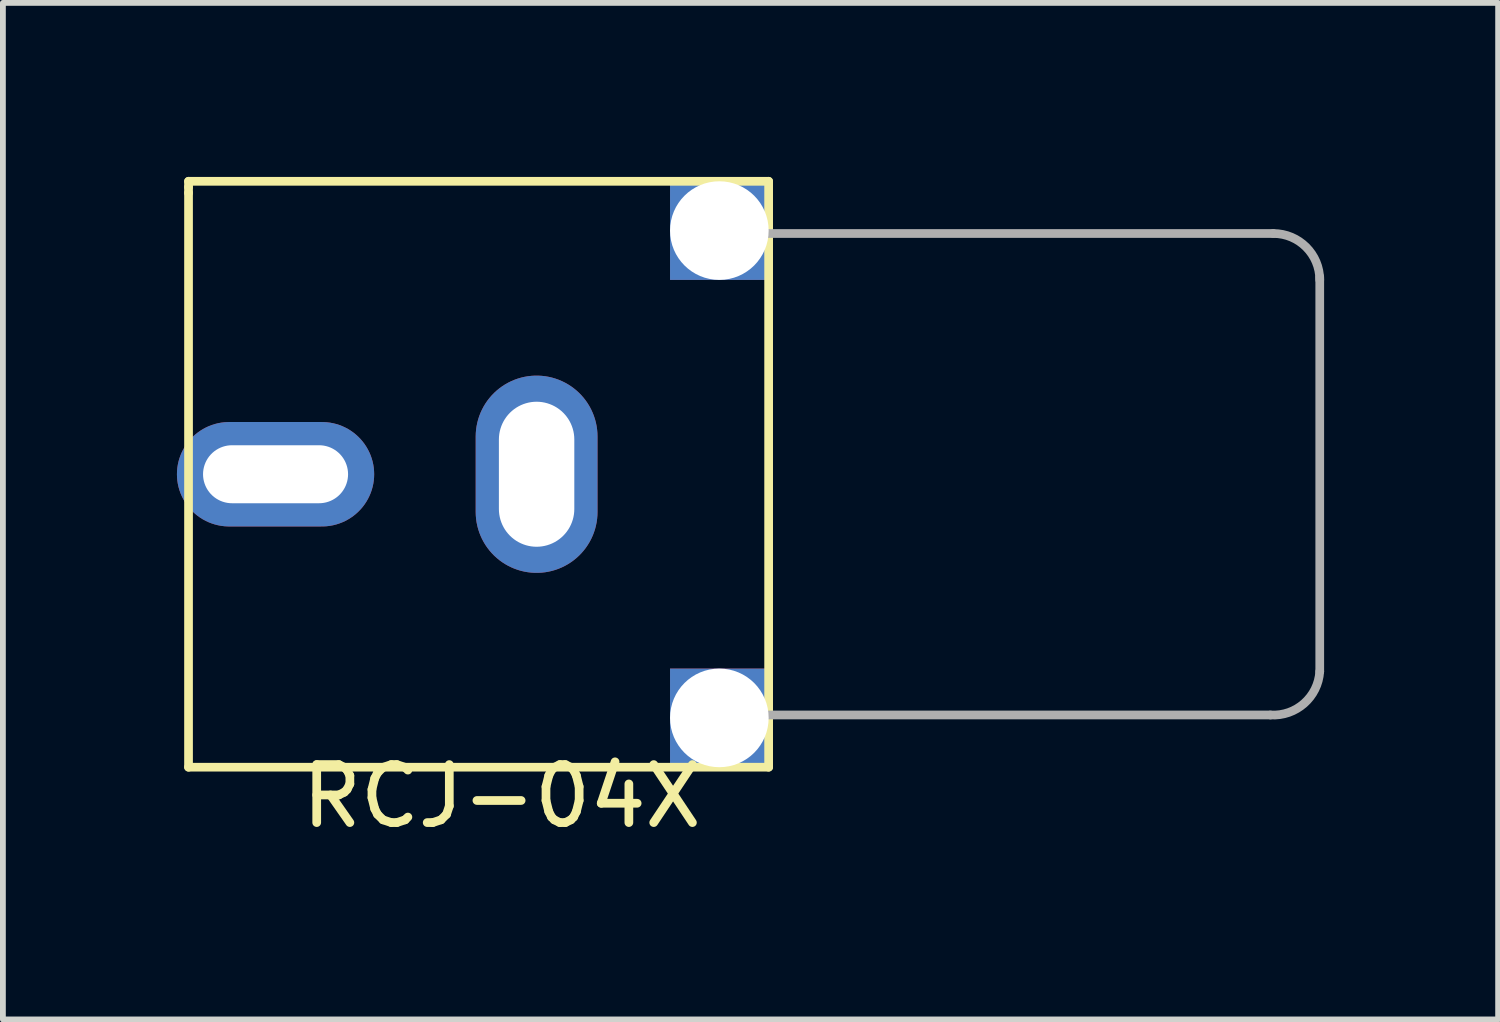
<source format=kicad_pcb>
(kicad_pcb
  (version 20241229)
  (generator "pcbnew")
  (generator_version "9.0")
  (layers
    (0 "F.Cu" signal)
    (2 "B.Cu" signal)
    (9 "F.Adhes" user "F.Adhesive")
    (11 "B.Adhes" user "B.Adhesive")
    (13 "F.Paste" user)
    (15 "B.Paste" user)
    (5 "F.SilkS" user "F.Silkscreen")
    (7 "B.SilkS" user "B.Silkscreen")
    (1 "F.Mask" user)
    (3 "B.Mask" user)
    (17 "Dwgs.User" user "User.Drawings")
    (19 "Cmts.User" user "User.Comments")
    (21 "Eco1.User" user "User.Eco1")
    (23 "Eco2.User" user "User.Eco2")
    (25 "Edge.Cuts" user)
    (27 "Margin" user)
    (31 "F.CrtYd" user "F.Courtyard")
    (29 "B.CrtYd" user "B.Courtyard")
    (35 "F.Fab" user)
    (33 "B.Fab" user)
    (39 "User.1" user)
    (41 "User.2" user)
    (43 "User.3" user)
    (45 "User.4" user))
  (footprint "RCJ-04X"
    (layer "F.Cu")
    (at 10.2 5.125)
    (property "Reference" "RCJ-04X" (at -4.6 5.55 0) (layer "F.SilkS") (effects (font (size 1 1) (thickness 0.15))))
    (attr through_hole)
    (fp_line (start -10 -5.05) (end 0 -5.05) (stroke (width 0.15) (type solid)) (layer "F.SilkS"))
    (fp_line (start -10 -4.95) (end -10 -5.05) (stroke (width 0.15) (type solid)) (layer "F.SilkS"))
    (fp_line (start -10 -4.85) (end -10 -4.95) (stroke (width 0.15) (type solid)) (layer "F.SilkS"))
    (fp_line (start -10 5.05) (end -10 -4.85) (stroke (width 0.15) (type solid)) (layer "F.SilkS"))
    (fp_line (start 0 -5.05) (end 0 5.05) (stroke (width 0.15) (type solid)) (layer "F.SilkS"))
    (fp_line (start 0 5.05) (end -10 5.05) (stroke (width 0.15) (type solid)) (layer "F.SilkS"))
    (fp_line (start 8.65 4.15) (end 0 4.15) (stroke (width 0.15) (type solid)) (layer "F.Fab"))
    (fp_line (start 8.7 -4.15) (end 0 -4.15) (stroke (width 0.15) (type solid)) (layer "F.Fab"))
    (fp_line (start 9.5 3.4) (end 9.5 -3.4) (stroke (width 0.15) (type solid)) (layer "F.Fab"))
    (fp_arc (start 8.7 -4.15) (mid 9.265685 -3.915685) (end 9.5 -3.35) (stroke (width 0.15) (type solid)) (layer "F.Fab"))
    (fp_arc (start 9.5 3.4) (mid 9.23033 3.951041) (end 8.65 4.15) (stroke (width 0.15) (type solid)) (layer "F.Fab"))
    (pad "" np_thru_hole rect (at -0.85 -4.2) (size 1.7 1.7) (drill 1.7) (layers "*.Cu" "*.Mask"))
    (pad "" np_thru_hole rect (at -0.85 4.2) (size 1.7 1.7) (drill 1.7) (layers "*.Cu" "*.Mask"))
    (pad "1" thru_hole oval (at -8.5 0) (size 3.4 1.8) (drill oval 2.5 1) (layers "*.Cu" "*.Mask"))
    (pad "2" thru_hole oval (at -4 0) (size 2.1 3.4) (drill oval 1.3 2.5) (layers "*.Cu" "*.Mask")))
  (gr_rect
    (start -3 -3)
    (end 22.775 14.523)
    (stroke (width 0.1) (type default))
    (fill no)
    (layer "Edge.Cuts")))
</source>
